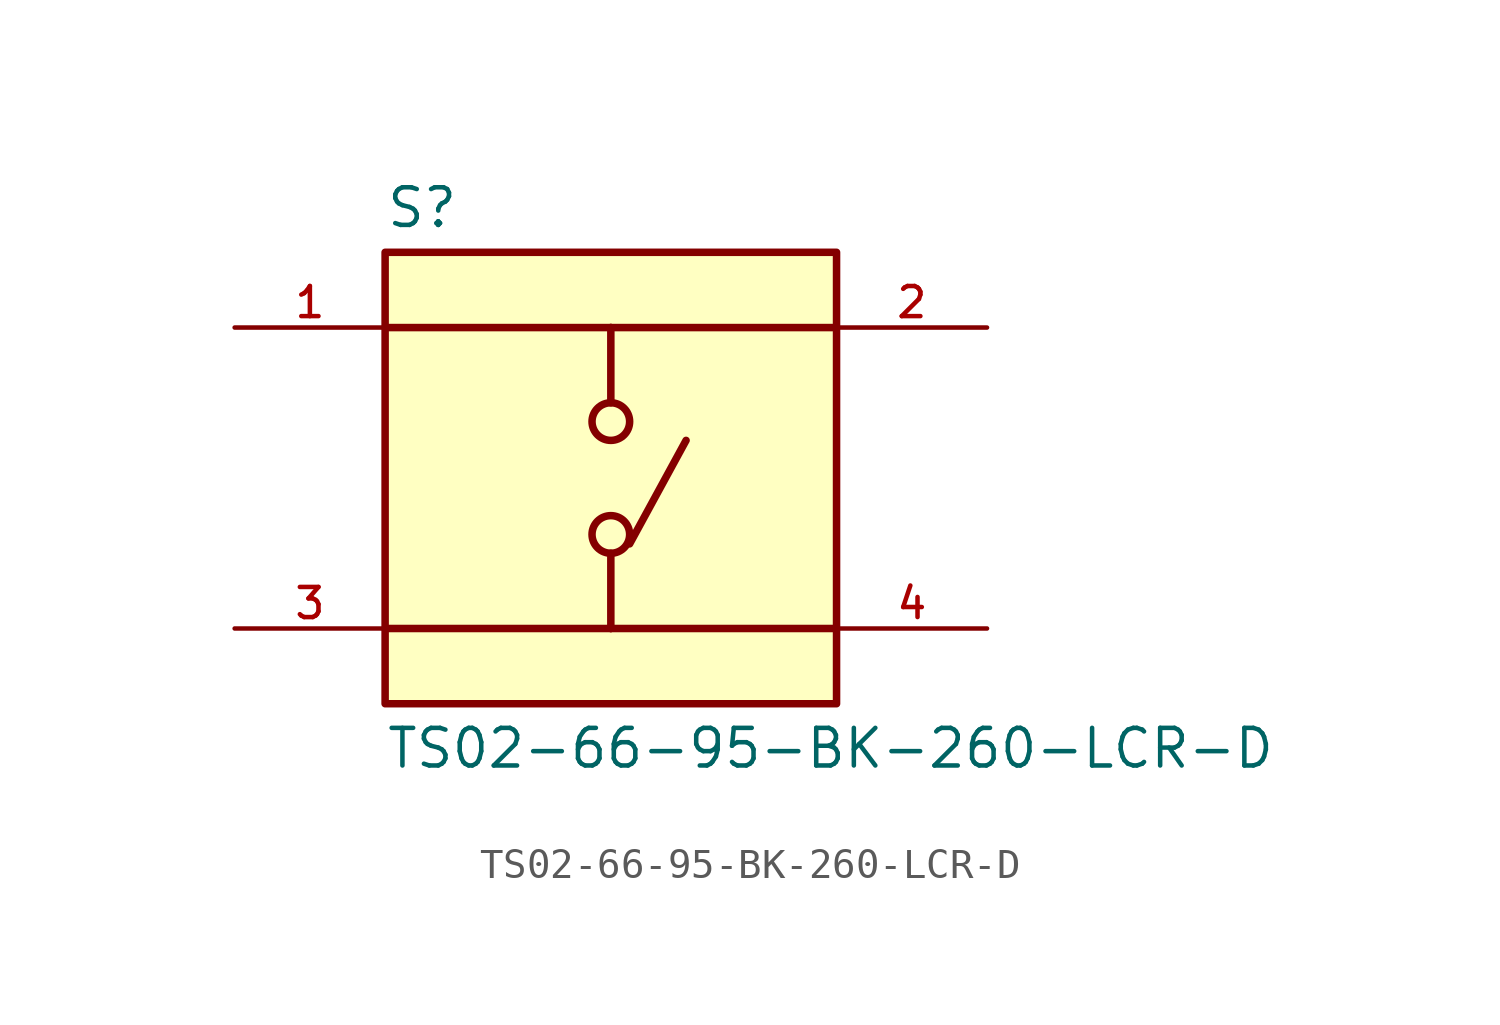
<source format=kicad_sym>
(kicad_symbol_lib
  (version 20211014)
  (generator kicad_symbol_editor)
  (symbol "TS02-66-95-BK-260-LCR-D"
    (pin_names
      (offset 1.016))
    (property "Reference" "S"
      (at -7.62 8.382 0)
      (effects (font (size 1.27 1.27)) (justify bottom left)))
    (property "Value" "TS02-66-95-BK-260-LCR-D"
      (at -7.62 -8.382 0)
      (effects (font (size 1.27 1.27)) (justify top left)))
    (symbol "TS02-66-95-BK-260-LCR-D_0_0"
      (polyline (pts (xy 0.0 5.08) (xy 0.0 2.54)) (stroke (width 0.254)))
      (polyline (pts (xy 0.0 -2.54) (xy 0.0 -5.08)) (stroke (width 0.254)))
      (polyline (pts (xy 0.0 5.08) (xy -7.62 5.08)) (stroke (width 0.254)))
      (polyline (pts (xy 0.0 5.08) (xy 7.62 5.08)) (stroke (width 0.254)))
      (polyline (pts (xy 0.0 -5.08) (xy -7.62 -5.08)) (stroke (width 0.254)))
      (polyline (pts (xy 0.0 -5.08) (xy 7.62 -5.08)) (stroke (width 0.254)))
      (circle (center 0.0 -1.905) (radius 0.635) (stroke (width 0.254)) (fill (type none)))
      (circle (center 0.0 1.905) (radius 0.635) (stroke (width 0.254)) (fill (type none)))
      (polyline (pts (xy 0.635 -2.223) (xy 2.54 1.27)) (stroke (width 0.254)))
      (rectangle (start -7.62 -7.62) (end 7.62 7.62) (stroke (width 0.254)) (fill (type background)))
      (pin passive line (at -12.7 5.08 0) (length 5.08) (name "~" (effects (font (size 1.016 1.016)))) (number "1" (effects (font (size 1.016 1.016)))))
      (pin passive line (at -12.7 -5.08 0) (length 5.08) (name "~" (effects (font (size 1.016 1.016)))) (number "3" (effects (font (size 1.016 1.016)))))
      (pin passive line (at 12.7 5.08 180.0) (length 5.08) (name "~" (effects (font (size 1.016 1.016)))) (number "2" (effects (font (size 1.016 1.016)))))
      (pin passive line (at 12.7 -5.08 180.0) (length 5.08) (name "~" (effects (font (size 1.016 1.016)))) (number "4" (effects (font (size 1.016 1.016))))))))
</source>
